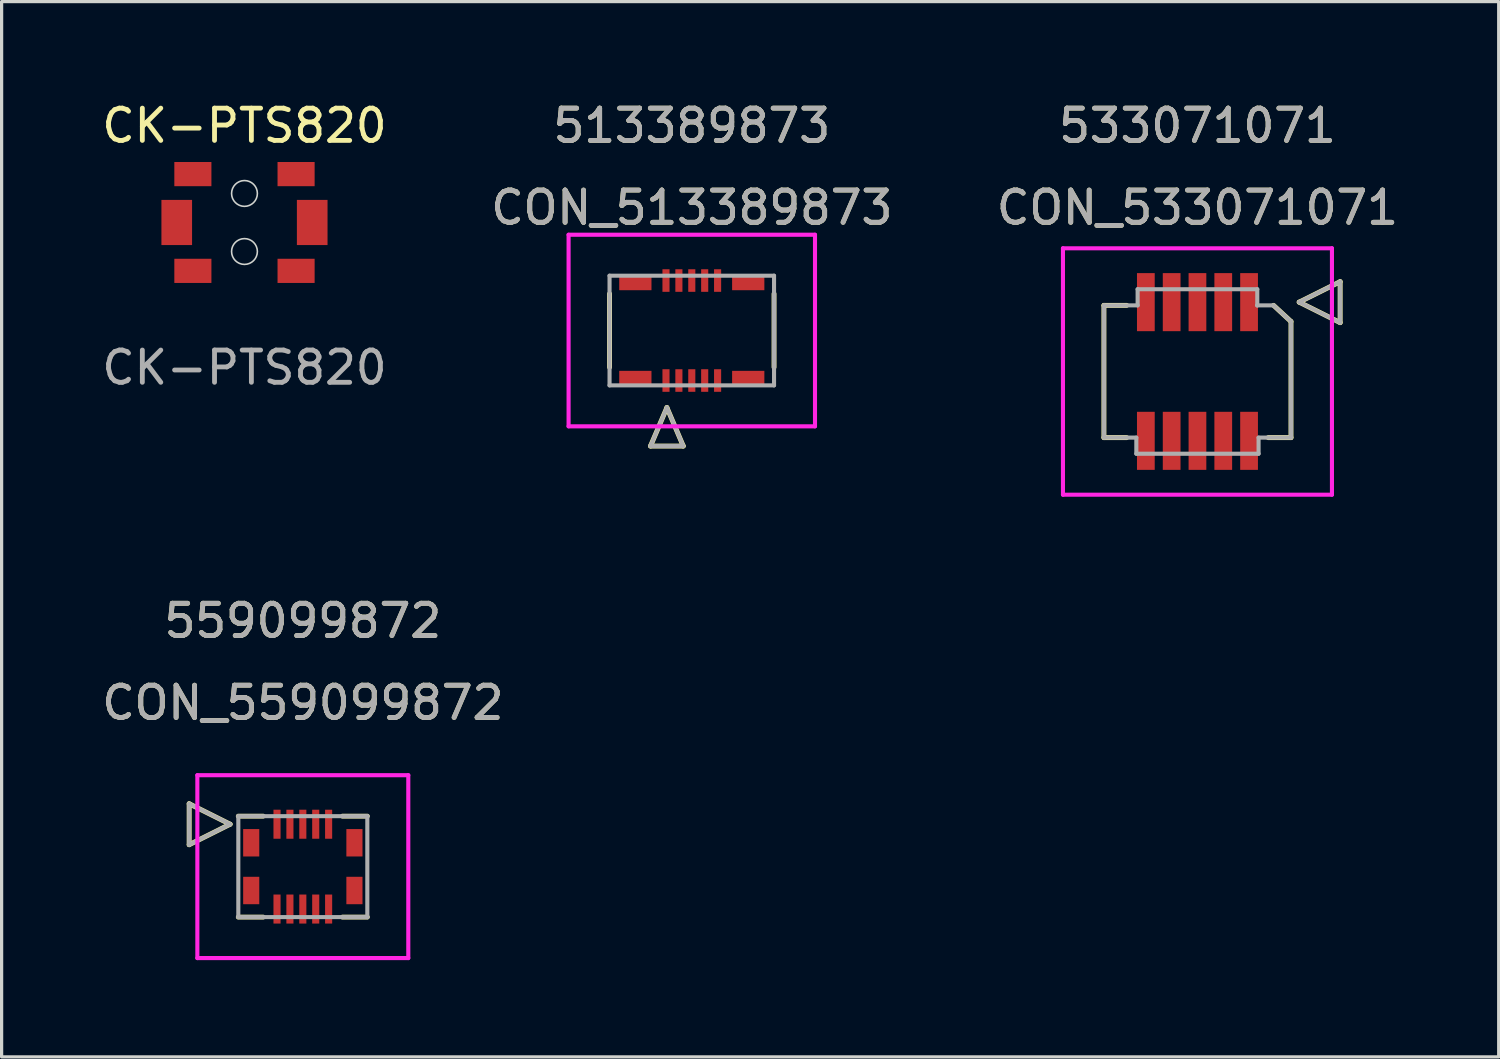
<source format=kicad_pcb>
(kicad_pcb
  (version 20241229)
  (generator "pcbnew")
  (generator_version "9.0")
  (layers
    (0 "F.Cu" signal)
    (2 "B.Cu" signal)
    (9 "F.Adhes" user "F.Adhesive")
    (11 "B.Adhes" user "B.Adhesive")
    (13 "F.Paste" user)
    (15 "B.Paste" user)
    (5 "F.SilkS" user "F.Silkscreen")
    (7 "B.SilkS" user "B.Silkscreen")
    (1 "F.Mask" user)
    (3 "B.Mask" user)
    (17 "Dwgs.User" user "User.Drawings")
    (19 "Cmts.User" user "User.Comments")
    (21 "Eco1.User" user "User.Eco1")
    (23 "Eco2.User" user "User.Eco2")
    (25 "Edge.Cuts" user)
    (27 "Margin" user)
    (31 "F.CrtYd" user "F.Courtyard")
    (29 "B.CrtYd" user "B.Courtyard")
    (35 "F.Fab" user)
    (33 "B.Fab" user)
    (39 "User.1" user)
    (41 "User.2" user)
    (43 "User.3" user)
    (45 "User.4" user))
  (footprint "CK-PTS820"
    (layer "F.Cu")
    (at 4.53 3.848)
    (property "Reference" "CK-PTS820" (at 0 -3 0) (unlocked yes) (layer "F.SilkS") (effects (font (size 1 1) (thickness 0.15))))
    (attr smd)
    (fp_circle (center 0 -0.9) (end 0.4 -0.9) (stroke (width 0.05) (type solid)) (fill no) (layer "Edge.Cuts"))
    (fp_circle (center 0 0.9) (end 0.4 0.9) (stroke (width 0.05) (type solid)) (fill no) (layer "Edge.Cuts"))
    (fp_text user "${REFERENCE}" (at 0 4.5 0) (unlocked yes) (layer "F.Fab") (effects (font (size 1 1) (thickness 0.15))))
    (pad "1" smd rect (at -2.1 0 90) (size 1.4 0.95) (layers "F.Cu" "F.Mask" "F.Paste"))
    (pad "2" smd rect (at 2.1 0 90) (size 1.4 0.95) (layers "F.Cu" "F.Mask" "F.Paste"))
    (pad "3" smd rect (at -1.6 -1.5 180) (size 1.15 0.75) (layers "F.Cu" "F.Mask" "F.Paste"))
    (pad "3" smd rect (at -1.6 1.5 180) (size 1.15 0.75) (layers "F.Cu" "F.Mask" "F.Paste"))
    (pad "3" smd rect (at 1.6 -1.5 180) (size 1.15 0.75) (layers "F.Cu" "F.Mask" "F.Paste"))
    (pad "3" smd rect (at 1.6 1.5 180) (size 1.15 0.75) (layers "F.Cu" "F.Mask" "F.Paste")))
  (footprint "CON_533071071"
    (layer "F.Cu")
    (at 34.077 8.468)
    (property "Reference" "CON_533071071" (at 0 -5.08 0) (unlocked yes) (layer "F.SilkS") (effects (font (size 1 1) (thickness 0.15))))
    (attr smd)
    (fp_line (start -2.9 -2.05) (end -2.195 -2.05) (stroke (width 0.152) (type solid)) (layer "F.SilkS"))
    (fp_line (start -2.9 2.05) (end -2.9 -2.05) (stroke (width 0.152) (type solid)) (layer "F.SilkS"))
    (fp_line (start -2.195 2.05) (end -2.9 2.05) (stroke (width 0.152) (type solid)) (layer "F.SilkS"))
    (fp_line (start 2.36 -2.05) (end 2.9 -1.55) (stroke (width 0.152) (type solid)) (layer "F.SilkS"))
    (fp_line (start 2.9 -1.55) (end 2.9 2.05) (stroke (width 0.152) (type solid)) (layer "F.SilkS"))
    (fp_line (start 2.9 2.05) (end 2.195 2.05) (stroke (width 0.152) (type solid)) (layer "F.SilkS"))
    (fp_line (start 3.154 -2.15) (end 4.424 -2.785) (stroke (width 0.152) (type solid)) (layer "F.SilkS"))
    (fp_line (start 4.424 -2.785) (end 4.424 -1.515) (stroke (width 0.152) (type solid)) (layer "F.SilkS"))
    (fp_line (start 4.424 -1.515) (end 3.154 -2.15) (stroke (width 0.152) (type solid)) (layer "F.SilkS"))
    (fp_line (start -4.17 -3.82) (end -4.17 3.82) (stroke (width 0.127) (type solid)) (layer "F.CrtYd"))
    (fp_line (start -4.17 3.82) (end 4.17 3.82) (stroke (width 0.127) (type solid)) (layer "F.CrtYd"))
    (fp_line (start 4.17 -3.82) (end -4.17 -3.82) (stroke (width 0.127) (type solid)) (layer "F.CrtYd"))
    (fp_line (start 4.17 3.82) (end 4.17 -3.82) (stroke (width 0.127) (type solid)) (layer "F.CrtYd"))
    (fp_line (start -2.9 -2.05) (end -1.855 -2.05) (stroke (width 0.127) (type solid)) (layer "F.Fab"))
    (fp_line (start -2.9 2.05) (end -2.9 -2.05) (stroke (width 0.127) (type solid)) (layer "F.Fab"))
    (fp_line (start -1.895 2.05) (end -2.9 2.05) (stroke (width 0.127) (type solid)) (layer "F.Fab"))
    (fp_line (start -1.895 2.55) (end -1.895 2.05) (stroke (width 0.127) (type solid)) (layer "F.Fab"))
    (fp_line (start -1.855 -2.55) (end 1.855 -2.55) (stroke (width 0.127) (type solid)) (layer "F.Fab"))
    (fp_line (start -1.855 -2.05) (end -1.855 -2.55) (stroke (width 0.127) (type solid)) (layer "F.Fab"))
    (fp_line (start 1.855 -2.55) (end 1.855 -2.05) (stroke (width 0.127) (type solid)) (layer "F.Fab"))
    (fp_line (start 1.855 -2.05) (end 1.855 -2.05) (stroke (width 0.127) (type solid)) (layer "F.Fab"))
    (fp_line (start 1.855 -2.05) (end 2.36 -2.05) (stroke (width 0.127) (type solid)) (layer "F.Fab"))
    (fp_line (start 1.895 2.05) (end 1.895 2.55) (stroke (width 0.127) (type solid)) (layer "F.Fab"))
    (fp_line (start 1.895 2.55) (end -1.895 2.55) (stroke (width 0.127) (type solid)) (layer "F.Fab"))
    (fp_line (start 2.36 -2.05) (end 2.9 -1.55) (stroke (width 0.127) (type solid)) (layer "F.Fab"))
    (fp_line (start 2.9 -1.55) (end 2.9 2.05) (stroke (width 0.127) (type solid)) (layer "F.Fab"))
    (fp_line (start 2.9 2.05) (end 1.895 2.05) (stroke (width 0.127) (type solid)) (layer "F.Fab"))
    (fp_line (start 3.154 -2.15) (end 4.424 -2.785) (stroke (width 0.127) (type solid)) (layer "F.Fab"))
    (fp_line (start 4.424 -2.785) (end 4.424 -1.515) (stroke (width 0.127) (type solid)) (layer "F.Fab"))
    (fp_line (start 4.424 -1.515) (end 3.154 -2.15) (stroke (width 0.127) (type solid)) (layer "F.Fab"))
    (fp_text user "533071071" (at 0 -7.62 0) (unlocked yes) (layer "F.SilkS") (effects (font (size 1 1) (thickness 0.15))))
    (fp_text user "533071071" (at 0 -7.62 0) (unlocked yes) (layer "F.Fab") (effects (font (size 1 1) (thickness 0.15))))
    (fp_text user "${REFERENCE}" (at 0 -5.08 0) (unlocked yes) (layer "F.Fab") (effects (font (size 1 1) (thickness 0.15))))
    (pad "1" smd rect (at 1.6 -2.15) (size 0.55 1.8) (layers "F.Cu" "F.Mask" "F.Paste"))
    (pad "2" smd rect (at 0.8 -2.15) (size 0.55 1.8) (layers "F.Cu" "F.Mask" "F.Paste"))
    (pad "3" smd rect (at 0 -2.15) (size 0.55 1.8) (layers "F.Cu" "F.Mask" "F.Paste"))
    (pad "4" smd rect (at -0.8 -2.15) (size 0.55 1.8) (layers "F.Cu" "F.Mask" "F.Paste"))
    (pad "5" smd rect (at -1.6 -2.15) (size 0.55 1.8) (layers "F.Cu" "F.Mask" "F.Paste"))
    (pad "6" smd rect (at 1.6 2.15) (size 0.55 1.8) (layers "F.Cu" "F.Mask" "F.Paste"))
    (pad "7" smd rect (at 0.8 2.15) (size 0.55 1.8) (layers "F.Cu" "F.Mask" "F.Paste"))
    (pad "8" smd rect (at 0 2.15) (size 0.55 1.8) (layers "F.Cu" "F.Mask" "F.Paste"))
    (pad "9" smd rect (at -0.8 2.15) (size 0.55 1.8) (layers "F.Cu" "F.Mask" "F.Paste"))
    (pad "10" smd rect (at -1.6 2.15) (size 0.55 1.8) (layers "F.Cu" "F.Mask" "F.Paste")))
  (footprint "CON_513389873"
    (layer "F.Cu")
    (at 18.399 7.198)
    (property "Reference" "CON_513389873" (at 0 -3.81 0) (unlocked yes) (layer "F.SilkS") (effects (font (size 1 1) (thickness 0.15))))
    (attr smd)
    (fp_line (start -2.55 -1.139) (end -2.55 1.139) (stroke (width 0.152) (type solid)) (layer "F.SilkS"))
    (fp_line (start -1.28 3.582) (end -0.772 2.388) (stroke (width 0.152) (type solid)) (layer "F.SilkS"))
    (fp_line (start -1.28 3.582) (end -0.264 3.582) (stroke (width 0.152) (type solid)) (layer "F.SilkS"))
    (fp_line (start -0.264 3.582) (end -0.772 2.388) (stroke (width 0.152) (type solid)) (layer "F.SilkS"))
    (fp_line (start 2.55 1.139) (end 2.55 -1.139) (stroke (width 0.152) (type solid)) (layer "F.SilkS"))
    (fp_line (start -3.82 -2.97) (end -3.82 2.97) (stroke (width 0.127) (type solid)) (layer "F.CrtYd"))
    (fp_line (start -3.82 2.97) (end 3.82 2.97) (stroke (width 0.127) (type solid)) (layer "F.CrtYd"))
    (fp_line (start 3.82 -2.97) (end -3.82 -2.97) (stroke (width 0.127) (type solid)) (layer "F.CrtYd"))
    (fp_line (start 3.82 2.97) (end 3.82 -2.97) (stroke (width 0.127) (type solid)) (layer "F.CrtYd"))
    (fp_line (start -2.55 -1.7) (end -2.55 1.7) (stroke (width 0.127) (type solid)) (layer "F.Fab"))
    (fp_line (start -2.55 1.7) (end 2.55 1.7) (stroke (width 0.127) (type solid)) (layer "F.Fab"))
    (fp_line (start -1.28 3.582) (end -0.772 2.388) (stroke (width 0.127) (type solid)) (layer "F.Fab"))
    (fp_line (start -1.28 3.582) (end -0.264 3.582) (stroke (width 0.127) (type solid)) (layer "F.Fab"))
    (fp_line (start -0.264 3.582) (end -0.772 2.388) (stroke (width 0.127) (type solid)) (layer "F.Fab"))
    (fp_line (start 2.55 -1.7) (end -2.55 -1.7) (stroke (width 0.127) (type solid)) (layer "F.Fab"))
    (fp_line (start 2.55 1.7) (end 2.55 -1.7) (stroke (width 0.127) (type solid)) (layer "F.Fab"))
    (fp_text user "513389873" (at 0 -6.35 0) (unlocked yes) (layer "F.SilkS") (effects (font (size 1 1) (thickness 0.15))))
    (fp_text user "${REFERENCE}" (at 0 -3.81 0) (unlocked yes) (layer "F.Fab") (effects (font (size 1 1) (thickness 0.15))))
    (fp_text user "513389873" (at 0 -6.35 0) (unlocked yes) (layer "F.Fab") (effects (font (size 1 1) (thickness 0.15))))
    (pad "1" smd rect (at -0.8 1.55) (size 0.22 0.7) (layers "F.Cu" "F.Mask" "F.Paste"))
    (pad "2" smd rect (at -0.4 1.55) (size 0.22 0.7) (layers "F.Cu" "F.Mask" "F.Paste"))
    (pad "3" smd rect (at 0 1.55) (size 0.22 0.7) (layers "F.Cu" "F.Mask" "F.Paste"))
    (pad "4" smd rect (at 0.4 1.55) (size 0.22 0.7) (layers "F.Cu" "F.Mask" "F.Paste"))
    (pad "5" smd rect (at 0.8 1.55) (size 0.22 0.7) (layers "F.Cu" "F.Mask" "F.Paste"))
    (pad "6" smd rect (at -0.8 -1.55) (size 0.22 0.7) (layers "F.Cu" "F.Mask" "F.Paste"))
    (pad "7" smd rect (at -0.4 -1.55) (size 0.22 0.7) (layers "F.Cu" "F.Mask" "F.Paste"))
    (pad "8" smd rect (at 0 -1.55) (size 0.22 0.7) (layers "F.Cu" "F.Mask" "F.Paste"))
    (pad "9" smd rect (at 0.4 -1.55) (size 0.22 0.7) (layers "F.Cu" "F.Mask" "F.Paste"))
    (pad "10" smd rect (at 0.8 -1.55) (size 0.22 0.7) (layers "F.Cu" "F.Mask" "F.Paste"))
    (pad "P1" smd rect (at -1.75 1.5) (size 1 0.5) (layers "F.Cu" "F.Mask" "F.Paste"))
    (pad "P2" smd rect (at 1.75 1.5) (size 1 0.5) (layers "F.Cu" "F.Mask" "F.Paste"))
    (pad "P3" smd rect (at -1.75 -1.5) (size 1 0.5) (layers "F.Cu" "F.Mask" "F.Paste"))
    (pad "P4" smd rect (at 1.75 -1.5) (size 1 0.5) (layers "F.Cu" "F.Mask" "F.Paste")))
  (footprint "CON_559099872"
    (layer "F.Cu")
    (at 6.339 23.82)
    (property "Reference" "CON_559099872" (at 0 -5.08 0) (unlocked yes) (layer "F.SilkS") (effects (font (size 1 1) (thickness 0.15))))
    (attr smd)
    (fp_line (start -3.524 -1.95) (end -3.524 -0.68) (stroke (width 0.152) (type solid)) (layer "F.SilkS"))
    (fp_line (start -3.524 -0.68) (end -2.254 -1.315) (stroke (width 0.152) (type solid)) (layer "F.SilkS"))
    (fp_line (start -2.254 -1.315) (end -3.524 -1.95) (stroke (width 0.152) (type solid)) (layer "F.SilkS"))
    (fp_line (start -2 1.565) (end -1.23 1.565) (stroke (width 0.152) (type solid)) (layer "F.SilkS"))
    (fp_line (start -1.23 -1.565) (end -2 -1.565) (stroke (width 0.152) (type solid)) (layer "F.SilkS"))
    (fp_line (start 1.23 1.565) (end 2 1.565) (stroke (width 0.152) (type solid)) (layer "F.SilkS"))
    (fp_line (start 2 -1.565) (end 1.23 -1.565) (stroke (width 0.152) (type solid)) (layer "F.SilkS"))
    (fp_line (start -3.27 -2.835) (end -3.27 2.835) (stroke (width 0.127) (type solid)) (layer "F.CrtYd"))
    (fp_line (start -3.27 2.835) (end 3.27 2.835) (stroke (width 0.127) (type solid)) (layer "F.CrtYd"))
    (fp_line (start 3.27 -2.835) (end -3.27 -2.835) (stroke (width 0.127) (type solid)) (layer "F.CrtYd"))
    (fp_line (start 3.27 2.835) (end 3.27 -2.835) (stroke (width 0.127) (type solid)) (layer "F.CrtYd"))
    (fp_line (start -3.524 -1.95) (end -3.524 -0.68) (stroke (width 0.127) (type solid)) (layer "F.Fab"))
    (fp_line (start -3.524 -0.68) (end -2.254 -1.315) (stroke (width 0.127) (type solid)) (layer "F.Fab"))
    (fp_line (start -2.254 -1.315) (end -3.524 -1.95) (stroke (width 0.127) (type solid)) (layer "F.Fab"))
    (fp_line (start -2 -1.565) (end -2 1.565) (stroke (width 0.127) (type solid)) (layer "F.Fab"))
    (fp_line (start -2 1.565) (end 2 1.565) (stroke (width 0.127) (type solid)) (layer "F.Fab"))
    (fp_line (start 2 -1.565) (end -2 -1.565) (stroke (width 0.127) (type solid)) (layer "F.Fab"))
    (fp_line (start 2 1.565) (end 2 -1.565) (stroke (width 0.127) (type solid)) (layer "F.Fab"))
    (fp_text user "559099872" (at 0 -7.62 0) (unlocked yes) (layer "F.SilkS") (effects (font (size 1 1) (thickness 0.15))))
    (fp_text user "${REFERENCE}" (at 0 -5.08 0) (unlocked yes) (layer "F.Fab") (effects (font (size 1 1) (thickness 0.15))))
    (fp_text user "559099872" (at 0 -7.62 0) (unlocked yes) (layer "F.Fab") (effects (font (size 1 1) (thickness 0.15))))
    (pad "1" smd rect (at -0.8 -1.315) (size 0.22 0.9) (layers "F.Cu" "F.Mask" "F.Paste"))
    (pad "2" smd rect (at -0.4 -1.315) (size 0.22 0.9) (layers "F.Cu" "F.Mask" "F.Paste"))
    (pad "3" smd rect (at 0 -1.315) (size 0.22 0.9) (layers "F.Cu" "F.Mask" "F.Paste"))
    (pad "4" smd rect (at 0.4 -1.315) (size 0.22 0.9) (layers "F.Cu" "F.Mask" "F.Paste"))
    (pad "5" smd rect (at 0.8 -1.315) (size 0.22 0.9) (layers "F.Cu" "F.Mask" "F.Paste"))
    (pad "6" smd rect (at -0.8 1.315) (size 0.22 0.9) (layers "F.Cu" "F.Mask" "F.Paste"))
    (pad "7" smd rect (at -0.4 1.315) (size 0.22 0.9) (layers "F.Cu" "F.Mask" "F.Paste"))
    (pad "8" smd rect (at 0 1.315) (size 0.22 0.9) (layers "F.Cu" "F.Mask" "F.Paste"))
    (pad "9" smd rect (at 0.4 1.315) (size 0.22 0.9) (layers "F.Cu" "F.Mask" "F.Paste"))
    (pad "10" smd rect (at 0.8 1.315) (size 0.22 0.9) (layers "F.Cu" "F.Mask" "F.Paste"))
    (pad "P1" smd rect (at -1.6 0.74) (size 0.5 0.85) (layers "F.Cu" "F.Mask" "F.Paste"))
    (pad "P2" smd rect (at 1.6 0.74) (size 0.5 0.85) (layers "F.Cu" "F.Mask" "F.Paste"))
    (pad "P3" smd rect (at -1.6 -0.74) (size 0.5 0.85) (layers "F.Cu" "F.Mask" "F.Paste"))
    (pad "P4" smd rect (at 1.6 -0.74) (size 0.5 0.85) (layers "F.Cu" "F.Mask" "F.Paste")))
  (gr_rect
    (start -3 -3)
    (end 43.417 29.718)
    (stroke (width 0.1) (type default))
    (fill no)
    (layer "Edge.Cuts")))
</source>
